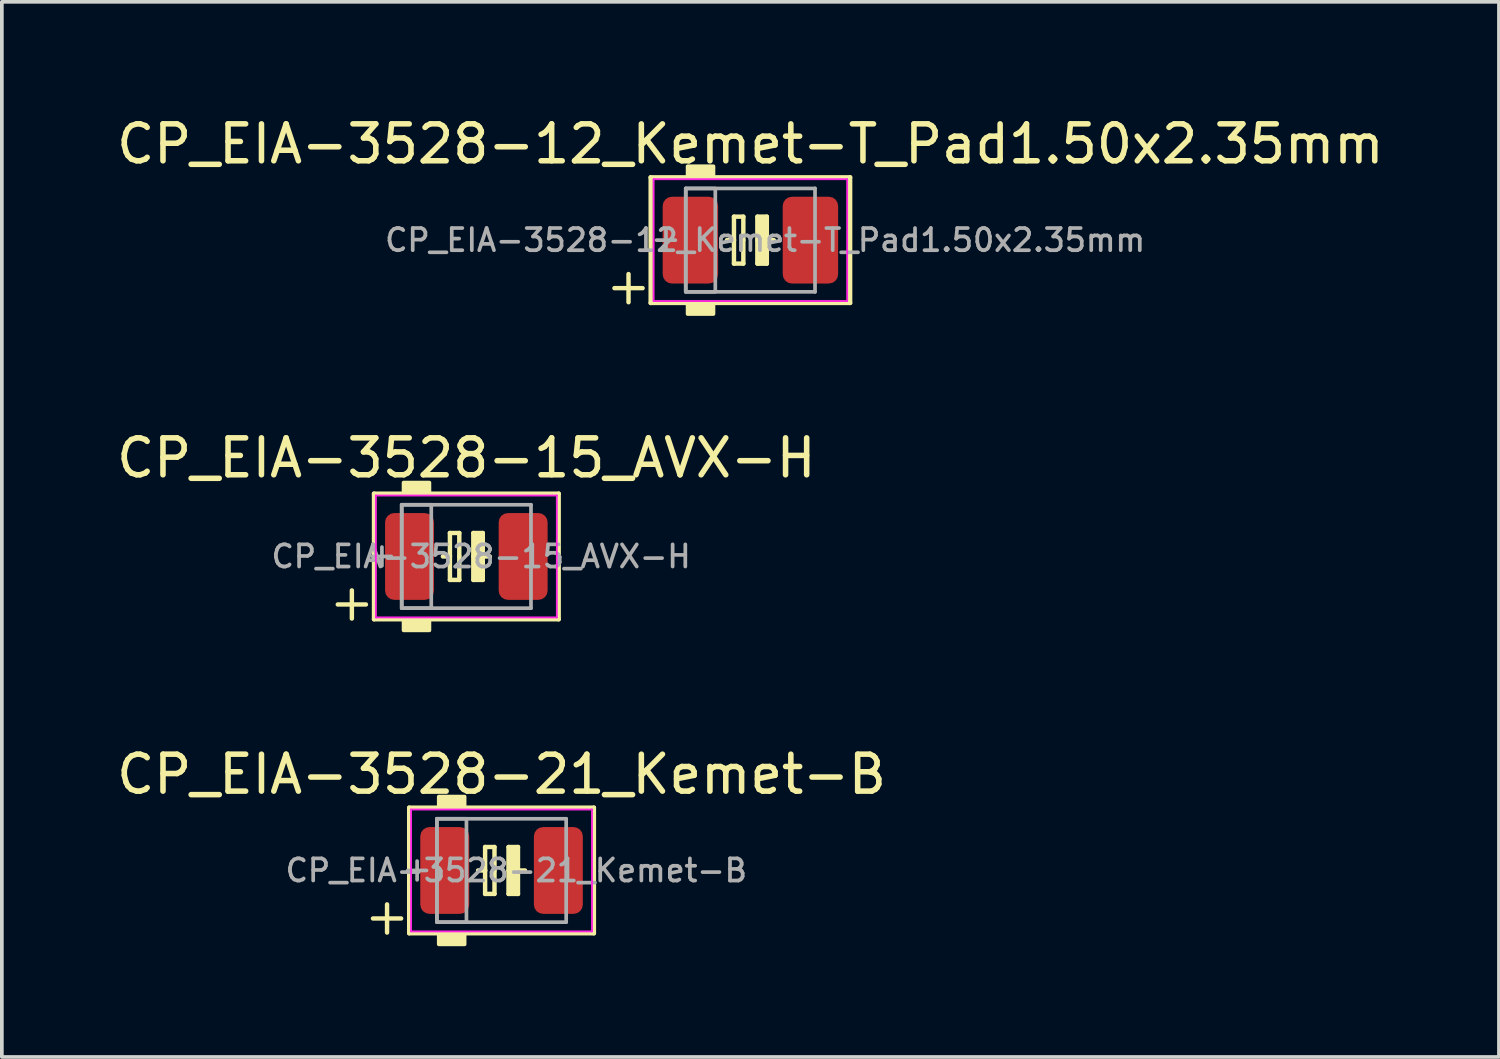
<source format=kicad_pcb>
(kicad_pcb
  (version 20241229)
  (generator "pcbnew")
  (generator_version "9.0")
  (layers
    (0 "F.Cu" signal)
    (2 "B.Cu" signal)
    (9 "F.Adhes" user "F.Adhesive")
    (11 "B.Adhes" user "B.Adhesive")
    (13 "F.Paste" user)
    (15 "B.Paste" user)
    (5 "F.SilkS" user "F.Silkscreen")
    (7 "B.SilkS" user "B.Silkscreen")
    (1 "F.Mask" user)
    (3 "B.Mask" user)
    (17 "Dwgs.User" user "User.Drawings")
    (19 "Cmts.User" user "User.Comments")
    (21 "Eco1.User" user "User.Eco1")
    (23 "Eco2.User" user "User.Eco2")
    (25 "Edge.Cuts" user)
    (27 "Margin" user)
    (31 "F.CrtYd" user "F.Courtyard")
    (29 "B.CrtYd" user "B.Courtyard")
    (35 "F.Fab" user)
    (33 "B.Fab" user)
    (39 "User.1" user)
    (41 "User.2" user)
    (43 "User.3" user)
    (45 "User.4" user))
  (footprint "CP_EIA-3528-12_Kemet-T_Pad1.50x2.35mm"
    (layer "F.Cu")
    (at 17.268 3.452)
    (property "Reference" "CP_EIA-3528-12_Kemet-T_Pad1.50x2.35mm" (at 0 -2.603 0) (layer "F.SilkS") (effects (font (size 1 1) (thickness 0.15))))
    (attr smd)
    (fp_line (start -3.681 1.3) (end -2.919 1.3) (stroke (width 0.12) (type solid)) (layer "F.SilkS"))
    (fp_line (start -3.3 0.919) (end -3.3 1.681) (stroke (width 0.12) (type solid)) (layer "F.SilkS"))
    (fp_line (start -2.7 -1.7) (end -2.7 1.7) (stroke (width 0.12) (type solid)) (layer "F.SilkS"))
    (fp_line (start -2.7 1.7) (end 2.7 1.7) (stroke (width 0.12) (type solid)) (layer "F.SilkS"))
    (fp_line (start -0.445 -0.635) (end -0.445 0) (stroke (width 0.12) (type solid)) (layer "F.SilkS"))
    (fp_line (start -0.445 -0.635) (end -0.191 -0.635) (stroke (width 0.12) (type solid)) (layer "F.SilkS"))
    (fp_line (start -0.445 0) (end -0.635 0) (stroke (width 0.12) (type solid)) (layer "F.SilkS"))
    (fp_line (start -0.445 0.635) (end -0.445 0) (stroke (width 0.12) (type solid)) (layer "F.SilkS"))
    (fp_line (start -0.191 -0.635) (end -0.191 0) (stroke (width 0.12) (type solid)) (layer "F.SilkS"))
    (fp_line (start -0.191 0.635) (end -0.445 0.635) (stroke (width 0.12) (type solid)) (layer "F.SilkS"))
    (fp_line (start -0.191 0.635) (end -0.191 0) (stroke (width 0.12) (type solid)) (layer "F.SilkS"))
    (fp_line (start 0.191 -0.635) (end 0.191 0) (stroke (width 0.12) (type solid)) (layer "F.SilkS"))
    (fp_line (start 0.191 -0.635) (end 0.445 -0.635) (stroke (width 0.12) (type solid)) (layer "F.SilkS"))
    (fp_line (start 0.191 0.635) (end 0.191 0) (stroke (width 0.12) (type solid)) (layer "F.SilkS"))
    (fp_line (start 0.445 -0.635) (end 0.445 0) (stroke (width 0.12) (type solid)) (layer "F.SilkS"))
    (fp_line (start 0.445 0) (end 0.635 0) (stroke (width 0.12) (type solid)) (layer "F.SilkS"))
    (fp_line (start 0.445 0.635) (end 0.191 0.635) (stroke (width 0.12) (type solid)) (layer "F.SilkS"))
    (fp_line (start 0.445 0.635) (end 0.445 0) (stroke (width 0.12) (type solid)) (layer "F.SilkS"))
    (fp_line (start 2.7 -1.7) (end -2.7 -1.7) (stroke (width 0.12) (type solid)) (layer "F.SilkS"))
    (fp_line (start 2.7 1.7) (end 2.7 -1.7) (stroke (width 0.12) (type solid)) (layer "F.SilkS"))
    (fp_poly (pts (xy -1 -1.7) (xy -1.7 -1.7) (xy -1.7 -2) (xy -1 -2)) (stroke (width 0.1) (type solid)) (fill yes) (layer "F.SilkS"))
    (fp_poly (pts (xy -1 2) (xy -1.7 2) (xy -1.7 1.7) (xy -1 1.7)) (stroke (width 0.1) (type solid)) (fill yes) (layer "F.SilkS"))
    (fp_poly (pts (xy 0.445 0.635) (xy 0.191 0.635) (xy 0.191 -0.635) (xy 0.445 -0.635)) (stroke (width 0.1) (type solid)) (fill yes) (layer "F.SilkS"))
    (fp_line (start -2.62 -1.65) (end 2.62 -1.65) (stroke (width 0.05) (type solid)) (layer "F.CrtYd"))
    (fp_line (start -2.62 1.65) (end -2.62 -1.65) (stroke (width 0.05) (type solid)) (layer "F.CrtYd"))
    (fp_line (start 2.62 -1.65) (end 2.62 1.65) (stroke (width 0.05) (type solid)) (layer "F.CrtYd"))
    (fp_line (start 2.62 1.65) (end -2.62 1.65) (stroke (width 0.05) (type solid)) (layer "F.CrtYd"))
    (fp_line (start -2.286 -0.254) (end -2.286 0.254) (stroke (width 0.1) (type solid)) (layer "F.Fab"))
    (fp_line (start -2.032 0) (end -2.54 0) (stroke (width 0.1) (type solid)) (layer "F.Fab"))
    (fp_line (start -1.75 -1.4) (end -1.75 1.4) (stroke (width 0.1) (type solid)) (layer "F.Fab"))
    (fp_line (start -1.75 1.4) (end 1.75 1.4) (stroke (width 0.1) (type solid)) (layer "F.Fab"))
    (fp_line (start 1.75 -1.4) (end -1.75 -1.4) (stroke (width 0.1) (type solid)) (layer "F.Fab"))
    (fp_line (start 1.75 1.4) (end 1.75 -1.4) (stroke (width 0.1) (type solid)) (layer "F.Fab"))
    (fp_rect (start -1.75 -1.4) (end -0.95 1.4) (stroke (width 0.1) (type solid)) (fill no) (layer "F.Fab"))
    (fp_text user "${REFERENCE}" (at 0.4 0 0) (layer "F.Fab") (effects (font (size 0.6 0.6) (thickness 0.1))))
    (pad "1" smd roundrect (at -1.625 0) (size 1.5 2.35) (layers "F.Cu" "F.Mask" "F.Paste") (roundrect_rratio 0.167))
    (pad "2" smd roundrect (at 1.625 0) (size 1.5 2.35) (layers "F.Cu" "F.Mask" "F.Paste") (roundrect_rratio 0.167)))
  (footprint "CP_EIA-3528-15_AVX-H"
    (layer "F.Cu")
    (at 9.577 12.017)
    (property "Reference" "CP_EIA-3528-15_AVX-H" (at 0 -2.667 0) (layer "F.SilkS") (effects (font (size 1 1) (thickness 0.15))))
    (attr smd)
    (fp_line (start -3.481 1.3) (end -2.719 1.3) (stroke (width 0.12) (type solid)) (layer "F.SilkS"))
    (fp_line (start -3.1 0.919) (end -3.1 1.681) (stroke (width 0.12) (type solid)) (layer "F.SilkS"))
    (fp_line (start -2.5 -1.7) (end -2.5 1.7) (stroke (width 0.12) (type solid)) (layer "F.SilkS"))
    (fp_line (start -2.5 1.7) (end 2.5 1.7) (stroke (width 0.12) (type solid)) (layer "F.SilkS"))
    (fp_line (start -0.445 -0.635) (end -0.445 0) (stroke (width 0.12) (type solid)) (layer "F.SilkS"))
    (fp_line (start -0.445 -0.635) (end -0.191 -0.635) (stroke (width 0.12) (type solid)) (layer "F.SilkS"))
    (fp_line (start -0.445 0) (end -0.635 0) (stroke (width 0.12) (type solid)) (layer "F.SilkS"))
    (fp_line (start -0.445 0.635) (end -0.445 0) (stroke (width 0.12) (type solid)) (layer "F.SilkS"))
    (fp_line (start -0.191 -0.635) (end -0.191 0) (stroke (width 0.12) (type solid)) (layer "F.SilkS"))
    (fp_line (start -0.191 0.635) (end -0.445 0.635) (stroke (width 0.12) (type solid)) (layer "F.SilkS"))
    (fp_line (start -0.191 0.635) (end -0.191 0) (stroke (width 0.12) (type solid)) (layer "F.SilkS"))
    (fp_line (start 0.191 -0.635) (end 0.191 0) (stroke (width 0.12) (type solid)) (layer "F.SilkS"))
    (fp_line (start 0.191 -0.635) (end 0.445 -0.635) (stroke (width 0.12) (type solid)) (layer "F.SilkS"))
    (fp_line (start 0.191 0.635) (end 0.191 0) (stroke (width 0.12) (type solid)) (layer "F.SilkS"))
    (fp_line (start 0.445 -0.635) (end 0.445 0) (stroke (width 0.12) (type solid)) (layer "F.SilkS"))
    (fp_line (start 0.445 0) (end 0.635 0) (stroke (width 0.12) (type solid)) (layer "F.SilkS"))
    (fp_line (start 0.445 0.635) (end 0.191 0.635) (stroke (width 0.12) (type solid)) (layer "F.SilkS"))
    (fp_line (start 0.445 0.635) (end 0.445 0) (stroke (width 0.12) (type solid)) (layer "F.SilkS"))
    (fp_line (start 2.5 -1.7) (end -2.5 -1.7) (stroke (width 0.12) (type solid)) (layer "F.SilkS"))
    (fp_line (start 2.5 1.7) (end 2.5 -1.7) (stroke (width 0.12) (type solid)) (layer "F.SilkS"))
    (fp_poly (pts (xy -1 -1.7) (xy -1.7 -1.7) (xy -1.7 -2) (xy -1 -2)) (stroke (width 0.1) (type solid)) (fill yes) (layer "F.SilkS"))
    (fp_poly (pts (xy -1 2) (xy -1.7 2) (xy -1.7 1.7) (xy -1 1.7)) (stroke (width 0.1) (type solid)) (fill yes) (layer "F.SilkS"))
    (fp_poly (pts (xy 0.445 0.635) (xy 0.191 0.635) (xy 0.191 -0.635) (xy 0.445 -0.635)) (stroke (width 0.1) (type solid)) (fill yes) (layer "F.SilkS"))
    (fp_line (start -2.45 -1.65) (end 2.45 -1.65) (stroke (width 0.05) (type solid)) (layer "F.CrtYd"))
    (fp_line (start -2.45 1.65) (end -2.45 -1.65) (stroke (width 0.05) (type solid)) (layer "F.CrtYd"))
    (fp_line (start 2.45 -1.65) (end 2.45 1.65) (stroke (width 0.05) (type solid)) (layer "F.CrtYd"))
    (fp_line (start 2.45 1.65) (end -2.45 1.65) (stroke (width 0.05) (type solid)) (layer "F.CrtYd"))
    (fp_line (start -2.286 -0.254) (end -2.286 0.254) (stroke (width 0.1) (type solid)) (layer "F.Fab"))
    (fp_line (start -2.032 0) (end -2.54 0) (stroke (width 0.1) (type solid)) (layer "F.Fab"))
    (fp_line (start -1.75 -1.4) (end -1.75 1.4) (stroke (width 0.1) (type solid)) (layer "F.Fab"))
    (fp_line (start -1.75 1.4) (end 1.75 1.4) (stroke (width 0.1) (type solid)) (layer "F.Fab"))
    (fp_line (start 1.75 -1.4) (end -1.75 -1.4) (stroke (width 0.1) (type solid)) (layer "F.Fab"))
    (fp_line (start 1.75 1.4) (end 1.75 -1.4) (stroke (width 0.1) (type solid)) (layer "F.Fab"))
    (fp_rect (start -1.75 -1.4) (end -0.95 1.4) (stroke (width 0.1) (type solid)) (fill no) (layer "F.Fab"))
    (fp_text user "${REFERENCE}" (at 0.4 0 0) (layer "F.Fab") (effects (font (size 0.6 0.6) (thickness 0.1))))
    (pad "1" smd roundrect (at -1.538 0) (size 1.325 2.35) (layers "F.Cu" "F.Mask" "F.Paste") (roundrect_rratio 0.189))
    (pad "2" smd roundrect (at 1.538 0) (size 1.325 2.35) (layers "F.Cu" "F.Mask" "F.Paste") (roundrect_rratio 0.189)))
  (footprint "CP_EIA-3528-21_Kemet-B"
    (layer "F.Cu")
    (at 10.53 20.519)
    (property "Reference" "CP_EIA-3528-21_Kemet-B" (at 0 -2.603 0) (layer "F.SilkS") (effects (font (size 1 1) (thickness 0.15))))
    (attr smd)
    (fp_line (start -3.481 1.3) (end -2.719 1.3) (stroke (width 0.12) (type solid)) (layer "F.SilkS"))
    (fp_line (start -3.1 0.919) (end -3.1 1.681) (stroke (width 0.12) (type solid)) (layer "F.SilkS"))
    (fp_line (start -2.5 -1.7) (end -2.5 1.7) (stroke (width 0.12) (type solid)) (layer "F.SilkS"))
    (fp_line (start -2.5 1.7) (end 2.5 1.7) (stroke (width 0.12) (type solid)) (layer "F.SilkS"))
    (fp_line (start -0.445 -0.635) (end -0.445 0) (stroke (width 0.12) (type solid)) (layer "F.SilkS"))
    (fp_line (start -0.445 -0.635) (end -0.191 -0.635) (stroke (width 0.12) (type solid)) (layer "F.SilkS"))
    (fp_line (start -0.445 0) (end -0.635 0) (stroke (width 0.12) (type solid)) (layer "F.SilkS"))
    (fp_line (start -0.445 0.635) (end -0.445 0) (stroke (width 0.12) (type solid)) (layer "F.SilkS"))
    (fp_line (start -0.191 -0.635) (end -0.191 0) (stroke (width 0.12) (type solid)) (layer "F.SilkS"))
    (fp_line (start -0.191 0.635) (end -0.445 0.635) (stroke (width 0.12) (type solid)) (layer "F.SilkS"))
    (fp_line (start -0.191 0.635) (end -0.191 0) (stroke (width 0.12) (type solid)) (layer "F.SilkS"))
    (fp_line (start 0.191 -0.635) (end 0.191 0) (stroke (width 0.12) (type solid)) (layer "F.SilkS"))
    (fp_line (start 0.191 -0.635) (end 0.445 -0.635) (stroke (width 0.12) (type solid)) (layer "F.SilkS"))
    (fp_line (start 0.191 0.635) (end 0.191 0) (stroke (width 0.12) (type solid)) (layer "F.SilkS"))
    (fp_line (start 0.445 -0.635) (end 0.445 0) (stroke (width 0.12) (type solid)) (layer "F.SilkS"))
    (fp_line (start 0.445 0) (end 0.635 0) (stroke (width 0.12) (type solid)) (layer "F.SilkS"))
    (fp_line (start 0.445 0.635) (end 0.191 0.635) (stroke (width 0.12) (type solid)) (layer "F.SilkS"))
    (fp_line (start 0.445 0.635) (end 0.445 0) (stroke (width 0.12) (type solid)) (layer "F.SilkS"))
    (fp_line (start 2.5 -1.7) (end -2.5 -1.7) (stroke (width 0.12) (type solid)) (layer "F.SilkS"))
    (fp_line (start 2.5 1.7) (end 2.5 -1.7) (stroke (width 0.12) (type solid)) (layer "F.SilkS"))
    (fp_poly (pts (xy -1 -1.7) (xy -1.7 -1.7) (xy -1.7 -2) (xy -1 -2)) (stroke (width 0.1) (type solid)) (fill yes) (layer "F.SilkS"))
    (fp_poly (pts (xy -1 2) (xy -1.7 2) (xy -1.7 1.7) (xy -1 1.7)) (stroke (width 0.1) (type solid)) (fill yes) (layer "F.SilkS"))
    (fp_poly (pts (xy 0.445 0.635) (xy 0.191 0.635) (xy 0.191 -0.635) (xy 0.445 -0.635)) (stroke (width 0.1) (type solid)) (fill yes) (layer "F.SilkS"))
    (fp_line (start -2.45 -1.65) (end 2.45 -1.65) (stroke (width 0.05) (type solid)) (layer "F.CrtYd"))
    (fp_line (start -2.45 1.65) (end -2.45 -1.65) (stroke (width 0.05) (type solid)) (layer "F.CrtYd"))
    (fp_line (start 2.45 -1.65) (end 2.45 1.65) (stroke (width 0.05) (type solid)) (layer "F.CrtYd"))
    (fp_line (start 2.45 1.65) (end -2.45 1.65) (stroke (width 0.05) (type solid)) (layer "F.CrtYd"))
    (fp_line (start -2.286 -0.254) (end -2.286 0.254) (stroke (width 0.1) (type solid)) (layer "F.Fab"))
    (fp_line (start -2.032 0) (end -2.54 0) (stroke (width 0.1) (type solid)) (layer "F.Fab"))
    (fp_line (start -1.75 -1.4) (end -1.75 1.4) (stroke (width 0.1) (type solid)) (layer "F.Fab"))
    (fp_line (start -1.75 1.4) (end 1.75 1.4) (stroke (width 0.1) (type solid)) (layer "F.Fab"))
    (fp_line (start 1.75 -1.4) (end -1.75 -1.4) (stroke (width 0.1) (type solid)) (layer "F.Fab"))
    (fp_line (start 1.75 1.4) (end 1.75 -1.4) (stroke (width 0.1) (type solid)) (layer "F.Fab"))
    (fp_rect (start -1.75 -1.4) (end -0.95 1.4) (stroke (width 0.1) (type solid)) (fill no) (layer "F.Fab"))
    (fp_text user "${REFERENCE}" (at 0.4 0 0) (layer "F.Fab") (effects (font (size 0.6 0.6) (thickness 0.1))))
    (pad "1" smd roundrect (at -1.538 0) (size 1.325 2.35) (layers "F.Cu" "F.Mask" "F.Paste") (roundrect_rratio 0.189))
    (pad "2" smd roundrect (at 1.538 0) (size 1.325 2.35) (layers "F.Cu" "F.Mask" "F.Paste") (roundrect_rratio 0.189)))
  (gr_rect
    (start -3 -3)
    (end 37.536 25.569)
    (stroke (width 0.1) (type default))
    (fill no)
    (layer "Edge.Cuts")))
</source>
